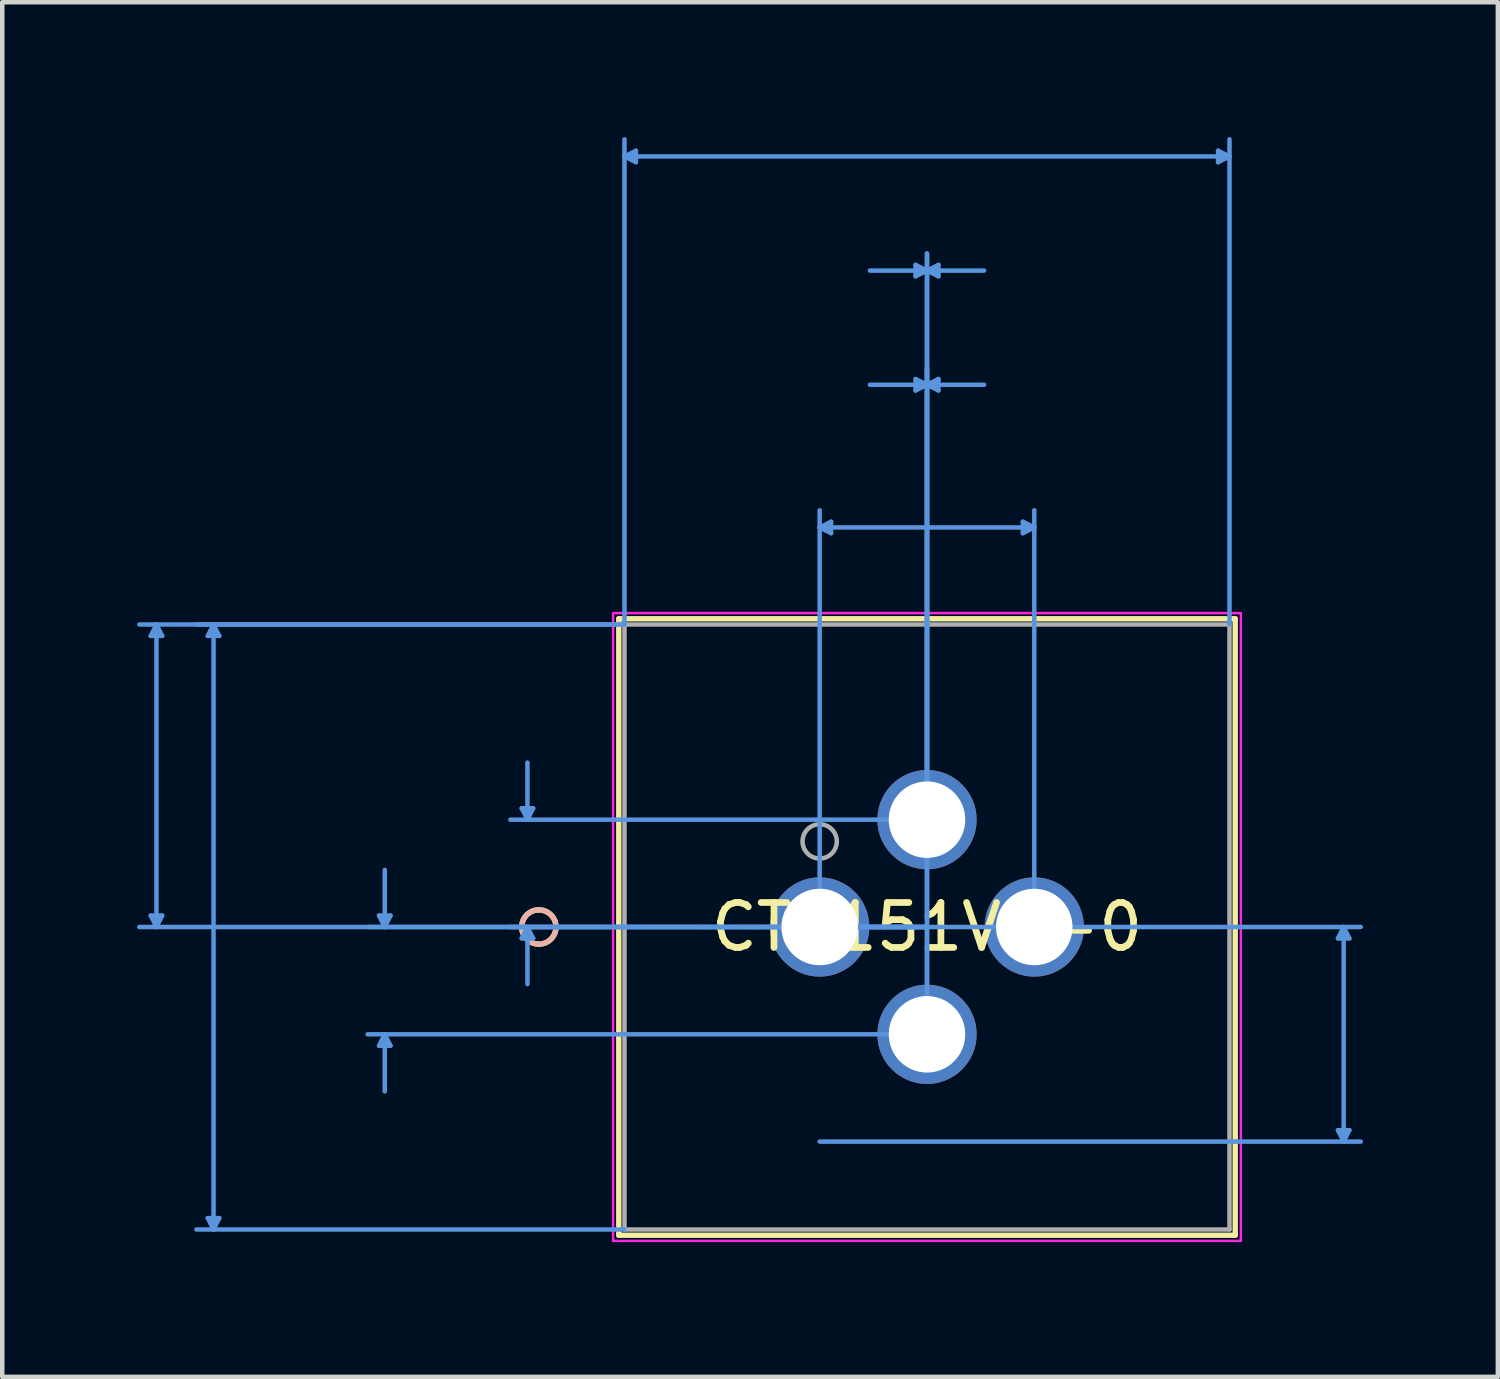
<source format=kicad_pcb>
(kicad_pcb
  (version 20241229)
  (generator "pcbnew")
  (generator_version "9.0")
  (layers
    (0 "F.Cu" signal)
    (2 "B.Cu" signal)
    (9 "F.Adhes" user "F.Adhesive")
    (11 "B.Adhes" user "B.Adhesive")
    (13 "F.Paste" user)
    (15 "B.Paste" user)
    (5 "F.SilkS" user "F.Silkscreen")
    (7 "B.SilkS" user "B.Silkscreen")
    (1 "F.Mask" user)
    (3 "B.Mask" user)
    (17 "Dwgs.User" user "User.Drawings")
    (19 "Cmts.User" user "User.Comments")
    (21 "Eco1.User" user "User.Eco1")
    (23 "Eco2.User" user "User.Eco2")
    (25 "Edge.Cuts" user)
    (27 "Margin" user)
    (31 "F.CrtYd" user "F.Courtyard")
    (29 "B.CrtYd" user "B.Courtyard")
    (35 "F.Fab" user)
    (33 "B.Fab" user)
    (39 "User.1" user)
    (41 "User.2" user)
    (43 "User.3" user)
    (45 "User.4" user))
  (footprint "CT3151V1-0"
    (layer "F.Cu")
    (at 15.188 17.576)
    (property "Reference" "CT3151V1-0" (at 2.388 0 0) (layer "F.SilkS") (effects (font (size 1 1) (thickness 0.15))))
    (attr through_hole)
    (fp_line (start -4.47 -6.858) (end -4.47 6.858) (stroke (width 0.12) (type solid)) (layer "F.SilkS"))
    (fp_line (start -4.47 6.858) (end 9.246 6.858) (stroke (width 0.12) (type solid)) (layer "F.SilkS"))
    (fp_line (start 9.246 -6.858) (end -4.47 -6.858) (stroke (width 0.12) (type solid)) (layer "F.SilkS"))
    (fp_line (start 9.246 6.858) (end 9.246 -6.858) (stroke (width 0.12) (type solid)) (layer "F.SilkS"))
    (fp_circle (center -6.248 0) (end -5.867 0) (stroke (width 0.12) (type solid)) (fill no) (layer "F.SilkS"))
    (fp_circle (center -6.248 0) (end -5.867 0) (stroke (width 0.12) (type solid)) (fill no) (layer "B.SilkS"))
    (fp_line (start -14.884 -6.477) (end -14.63 -6.477) (stroke (width 0.1) (type solid)) (layer "Cmts.User"))
    (fp_line (start -14.884 -0.254) (end -14.63 -0.254) (stroke (width 0.1) (type solid)) (layer "Cmts.User"))
    (fp_line (start -14.757 -6.731) (end -14.884 -6.477) (stroke (width 0.1) (type solid)) (layer "Cmts.User"))
    (fp_line (start -14.757 -6.731) (end -14.757 0) (stroke (width 0.1) (type solid)) (layer "Cmts.User"))
    (fp_line (start -14.757 -6.731) (end -14.63 -6.477) (stroke (width 0.1) (type solid)) (layer "Cmts.User"))
    (fp_line (start -14.757 0) (end -14.884 -0.254) (stroke (width 0.1) (type solid)) (layer "Cmts.User"))
    (fp_line (start -14.757 0) (end -14.63 -0.254) (stroke (width 0.1) (type solid)) (layer "Cmts.User"))
    (fp_line (start -13.614 -6.477) (end -13.36 -6.477) (stroke (width 0.1) (type solid)) (layer "Cmts.User"))
    (fp_line (start -13.614 6.477) (end -13.36 6.477) (stroke (width 0.1) (type solid)) (layer "Cmts.User"))
    (fp_line (start -13.487 -6.731) (end -13.614 -6.477) (stroke (width 0.1) (type solid)) (layer "Cmts.User"))
    (fp_line (start -13.487 -6.731) (end -13.487 6.731) (stroke (width 0.1) (type solid)) (layer "Cmts.User"))
    (fp_line (start -13.487 -6.731) (end -13.36 -6.477) (stroke (width 0.1) (type solid)) (layer "Cmts.User"))
    (fp_line (start -13.487 6.731) (end -13.614 6.477) (stroke (width 0.1) (type solid)) (layer "Cmts.User"))
    (fp_line (start -13.487 6.731) (end -13.36 6.477) (stroke (width 0.1) (type solid)) (layer "Cmts.User"))
    (fp_line (start -9.804 -0.254) (end -9.55 -0.254) (stroke (width 0.1) (type solid)) (layer "Cmts.User"))
    (fp_line (start -9.804 2.642) (end -9.55 2.642) (stroke (width 0.1) (type solid)) (layer "Cmts.User"))
    (fp_line (start -9.677 0) (end -9.804 -0.254) (stroke (width 0.1) (type solid)) (layer "Cmts.User"))
    (fp_line (start -9.677 0) (end -9.677 -1.27) (stroke (width 0.1) (type solid)) (layer "Cmts.User"))
    (fp_line (start -9.677 0) (end -9.55 -0.254) (stroke (width 0.1) (type solid)) (layer "Cmts.User"))
    (fp_line (start -9.677 2.388) (end -9.804 2.642) (stroke (width 0.1) (type solid)) (layer "Cmts.User"))
    (fp_line (start -9.677 2.388) (end -9.677 3.658) (stroke (width 0.1) (type solid)) (layer "Cmts.User"))
    (fp_line (start -9.677 2.388) (end -9.55 2.642) (stroke (width 0.1) (type solid)) (layer "Cmts.User"))
    (fp_line (start -6.629 -2.642) (end -6.375 -2.642) (stroke (width 0.1) (type solid)) (layer "Cmts.User"))
    (fp_line (start -6.629 0.254) (end -6.375 0.254) (stroke (width 0.1) (type solid)) (layer "Cmts.User"))
    (fp_line (start -6.502 -2.388) (end -6.629 -2.642) (stroke (width 0.1) (type solid)) (layer "Cmts.User"))
    (fp_line (start -6.502 -2.388) (end -6.502 -3.658) (stroke (width 0.1) (type solid)) (layer "Cmts.User"))
    (fp_line (start -6.502 -2.388) (end -6.375 -2.642) (stroke (width 0.1) (type solid)) (layer "Cmts.User"))
    (fp_line (start -6.502 0) (end -6.629 0.254) (stroke (width 0.1) (type solid)) (layer "Cmts.User"))
    (fp_line (start -6.502 0) (end -6.502 1.27) (stroke (width 0.1) (type solid)) (layer "Cmts.User"))
    (fp_line (start -6.502 0) (end -6.375 0.254) (stroke (width 0.1) (type solid)) (layer "Cmts.User"))
    (fp_line (start -4.343 -17.145) (end -4.089 -17.272) (stroke (width 0.1) (type solid)) (layer "Cmts.User"))
    (fp_line (start -4.343 -17.145) (end -4.089 -17.018) (stroke (width 0.1) (type solid)) (layer "Cmts.User"))
    (fp_line (start -4.343 -17.145) (end 9.119 -17.145) (stroke (width 0.1) (type solid)) (layer "Cmts.User"))
    (fp_line (start -4.343 -6.731) (end -15.138 -6.731) (stroke (width 0.1) (type solid)) (layer "Cmts.User"))
    (fp_line (start -4.343 -6.731) (end -13.868 -6.731) (stroke (width 0.1) (type solid)) (layer "Cmts.User"))
    (fp_line (start -4.343 -6.731) (end -4.343 -17.526) (stroke (width 0.1) (type solid)) (layer "Cmts.User"))
    (fp_line (start -4.343 6.731) (end -13.868 6.731) (stroke (width 0.1) (type solid)) (layer "Cmts.User"))
    (fp_line (start -4.089 -17.272) (end -4.089 -17.018) (stroke (width 0.1) (type solid)) (layer "Cmts.User"))
    (fp_line (start 0 -8.89) (end 0.254 -9.017) (stroke (width 0.1) (type solid)) (layer "Cmts.User"))
    (fp_line (start 0 -8.89) (end 0.254 -8.763) (stroke (width 0.1) (type solid)) (layer "Cmts.User"))
    (fp_line (start 0 -8.89) (end 4.775 -8.89) (stroke (width 0.1) (type solid)) (layer "Cmts.User"))
    (fp_line (start 0 0) (end 0 -9.271) (stroke (width 0.1) (type solid)) (layer "Cmts.User"))
    (fp_line (start 0 0) (end 12.04 0) (stroke (width 0.1) (type solid)) (layer "Cmts.User"))
    (fp_line (start 0 4.775) (end 12.04 4.775) (stroke (width 0.1) (type solid)) (layer "Cmts.User"))
    (fp_line (start 0.254 -9.017) (end 0.254 -8.763) (stroke (width 0.1) (type solid)) (layer "Cmts.User"))
    (fp_line (start 2.134 -14.732) (end 2.134 -14.478) (stroke (width 0.1) (type solid)) (layer "Cmts.User"))
    (fp_line (start 2.134 -12.192) (end 2.134 -11.938) (stroke (width 0.1) (type solid)) (layer "Cmts.User"))
    (fp_line (start 2.388 -14.605) (end 1.118 -14.605) (stroke (width 0.1) (type solid)) (layer "Cmts.User"))
    (fp_line (start 2.388 -14.605) (end 2.134 -14.732) (stroke (width 0.1) (type solid)) (layer "Cmts.User"))
    (fp_line (start 2.388 -14.605) (end 2.134 -14.478) (stroke (width 0.1) (type solid)) (layer "Cmts.User"))
    (fp_line (start 2.388 -14.605) (end 2.642 -14.732) (stroke (width 0.1) (type solid)) (layer "Cmts.User"))
    (fp_line (start 2.388 -14.605) (end 2.642 -14.478) (stroke (width 0.1) (type solid)) (layer "Cmts.User"))
    (fp_line (start 2.388 -14.605) (end 3.658 -14.605) (stroke (width 0.1) (type solid)) (layer "Cmts.User"))
    (fp_line (start 2.388 -12.065) (end 1.118 -12.065) (stroke (width 0.1) (type solid)) (layer "Cmts.User"))
    (fp_line (start 2.388 -12.065) (end 2.134 -12.192) (stroke (width 0.1) (type solid)) (layer "Cmts.User"))
    (fp_line (start 2.388 -12.065) (end 2.134 -11.938) (stroke (width 0.1) (type solid)) (layer "Cmts.User"))
    (fp_line (start 2.388 -12.065) (end 2.642 -12.192) (stroke (width 0.1) (type solid)) (layer "Cmts.User"))
    (fp_line (start 2.388 -12.065) (end 2.642 -11.938) (stroke (width 0.1) (type solid)) (layer "Cmts.User"))
    (fp_line (start 2.388 -12.065) (end 3.658 -12.065) (stroke (width 0.1) (type solid)) (layer "Cmts.User"))
    (fp_line (start 2.388 -2.388) (end -6.883 -2.388) (stroke (width 0.1) (type solid)) (layer "Cmts.User"))
    (fp_line (start 2.388 -2.388) (end 2.388 -14.986) (stroke (width 0.1) (type solid)) (layer "Cmts.User"))
    (fp_line (start 2.388 -2.388) (end 2.388 -14.986) (stroke (width 0.1) (type solid)) (layer "Cmts.User"))
    (fp_line (start 2.388 0) (end -15.138 0) (stroke (width 0.1) (type solid)) (layer "Cmts.User"))
    (fp_line (start 2.388 0) (end -10.058 0) (stroke (width 0.1) (type solid)) (layer "Cmts.User"))
    (fp_line (start 2.388 0) (end -6.883 0) (stroke (width 0.1) (type solid)) (layer "Cmts.User"))
    (fp_line (start 2.388 2.388) (end -10.058 2.388) (stroke (width 0.1) (type solid)) (layer "Cmts.User"))
    (fp_line (start 2.388 2.388) (end 2.388 -12.446) (stroke (width 0.1) (type solid)) (layer "Cmts.User"))
    (fp_line (start 2.388 2.388) (end 2.388 -12.446) (stroke (width 0.1) (type solid)) (layer "Cmts.User"))
    (fp_line (start 2.642 -14.732) (end 2.642 -14.478) (stroke (width 0.1) (type solid)) (layer "Cmts.User"))
    (fp_line (start 2.642 -12.192) (end 2.642 -11.938) (stroke (width 0.1) (type solid)) (layer "Cmts.User"))
    (fp_line (start 4.521 -9.017) (end 4.521 -8.763) (stroke (width 0.1) (type solid)) (layer "Cmts.User"))
    (fp_line (start 4.775 -8.89) (end 4.521 -9.017) (stroke (width 0.1) (type solid)) (layer "Cmts.User"))
    (fp_line (start 4.775 -8.89) (end 4.521 -8.763) (stroke (width 0.1) (type solid)) (layer "Cmts.User"))
    (fp_line (start 4.775 0) (end 4.775 -9.271) (stroke (width 0.1) (type solid)) (layer "Cmts.User"))
    (fp_line (start 8.865 -17.272) (end 8.865 -17.018) (stroke (width 0.1) (type solid)) (layer "Cmts.User"))
    (fp_line (start 9.119 -17.145) (end 8.865 -17.272) (stroke (width 0.1) (type solid)) (layer "Cmts.User"))
    (fp_line (start 9.119 -17.145) (end 8.865 -17.018) (stroke (width 0.1) (type solid)) (layer "Cmts.User"))
    (fp_line (start 9.119 -6.731) (end 9.119 -17.526) (stroke (width 0.1) (type solid)) (layer "Cmts.User"))
    (fp_line (start 11.532 0.254) (end 11.786 0.254) (stroke (width 0.1) (type solid)) (layer "Cmts.User"))
    (fp_line (start 11.532 4.521) (end 11.786 4.521) (stroke (width 0.1) (type solid)) (layer "Cmts.User"))
    (fp_line (start 11.659 0) (end 11.532 0.254) (stroke (width 0.1) (type solid)) (layer "Cmts.User"))
    (fp_line (start 11.659 0) (end 11.659 4.775) (stroke (width 0.1) (type solid)) (layer "Cmts.User"))
    (fp_line (start 11.659 0) (end 11.786 0.254) (stroke (width 0.1) (type solid)) (layer "Cmts.User"))
    (fp_line (start 11.659 4.775) (end 11.532 4.521) (stroke (width 0.1) (type solid)) (layer "Cmts.User"))
    (fp_line (start 11.659 4.775) (end 11.786 4.521) (stroke (width 0.1) (type solid)) (layer "Cmts.User"))
    (fp_line (start -4.597 -6.985) (end -4.597 6.985) (stroke (width 0.05) (type solid)) (layer "F.CrtYd"))
    (fp_line (start -4.597 -6.985) (end -4.597 6.985) (stroke (width 0.05) (type solid)) (layer "F.CrtYd"))
    (fp_line (start -4.597 6.985) (end 9.373 6.985) (stroke (width 0.05) (type solid)) (layer "F.CrtYd"))
    (fp_line (start -4.597 6.985) (end 9.373 6.985) (stroke (width 0.05) (type solid)) (layer "F.CrtYd"))
    (fp_line (start 9.373 -6.985) (end -4.597 -6.985) (stroke (width 0.05) (type solid)) (layer "F.CrtYd"))
    (fp_line (start 9.373 -6.985) (end -4.597 -6.985) (stroke (width 0.05) (type solid)) (layer "F.CrtYd"))
    (fp_line (start 9.373 6.985) (end 9.373 -6.985) (stroke (width 0.05) (type solid)) (layer "F.CrtYd"))
    (fp_line (start 9.373 6.985) (end 9.373 -6.985) (stroke (width 0.05) (type solid)) (layer "F.CrtYd"))
    (fp_line (start -4.343 -6.731) (end -4.343 6.731) (stroke (width 0.1) (type solid)) (layer "F.Fab"))
    (fp_line (start -4.343 6.731) (end 9.119 6.731) (stroke (width 0.1) (type solid)) (layer "F.Fab"))
    (fp_line (start 9.119 -6.731) (end -4.343 -6.731) (stroke (width 0.1) (type solid)) (layer "F.Fab"))
    (fp_line (start 9.119 6.731) (end 9.119 -6.731) (stroke (width 0.1) (type solid)) (layer "F.Fab"))
    (fp_circle (center 0 -1.905) (end 0.381 -1.905) (stroke (width 0.1) (type solid)) (fill no) (layer "F.Fab"))
    (fp_text user "*" (at 0 0 0) (layer "F.SilkS") (effects (font (size 1 1) (thickness 0.15))))
    (fp_text user "Copyright 2021 Accelerated Designs. All rights reserved." (at 0 0 0) (layer "Cmts.User") (effects (font (size 0.127 0.127) (thickness 0.002))))
    (fp_text user "*" (at 0 0 0) (layer "F.Fab") (effects (font (size 1 1) (thickness 0.15))))
    (pad "1" thru_hole circle (at 0 0) (size 2.21 2.21) (drill 1.702) (layers "*.Cu" "*.Mask"))
    (pad "2" thru_hole circle (at 4.775 0) (size 2.21 2.21) (drill 1.702) (layers "*.Cu" "*.Mask"))
    (pad "3" thru_hole circle (at 2.388 -2.388 90) (size 2.21 2.21) (drill 1.702) (layers "*.Cu" "*.Mask"))
    (pad "4" thru_hole circle (at 2.388 2.388 90) (size 2.21 2.21) (drill 1.702) (layers "*.Cu" "*.Mask")))
  (gr_rect
    (start -3 -3)
    (end 30.278 27.586)
    (stroke (width 0.1) (type default))
    (fill no)
    (layer "Edge.Cuts")))
</source>
